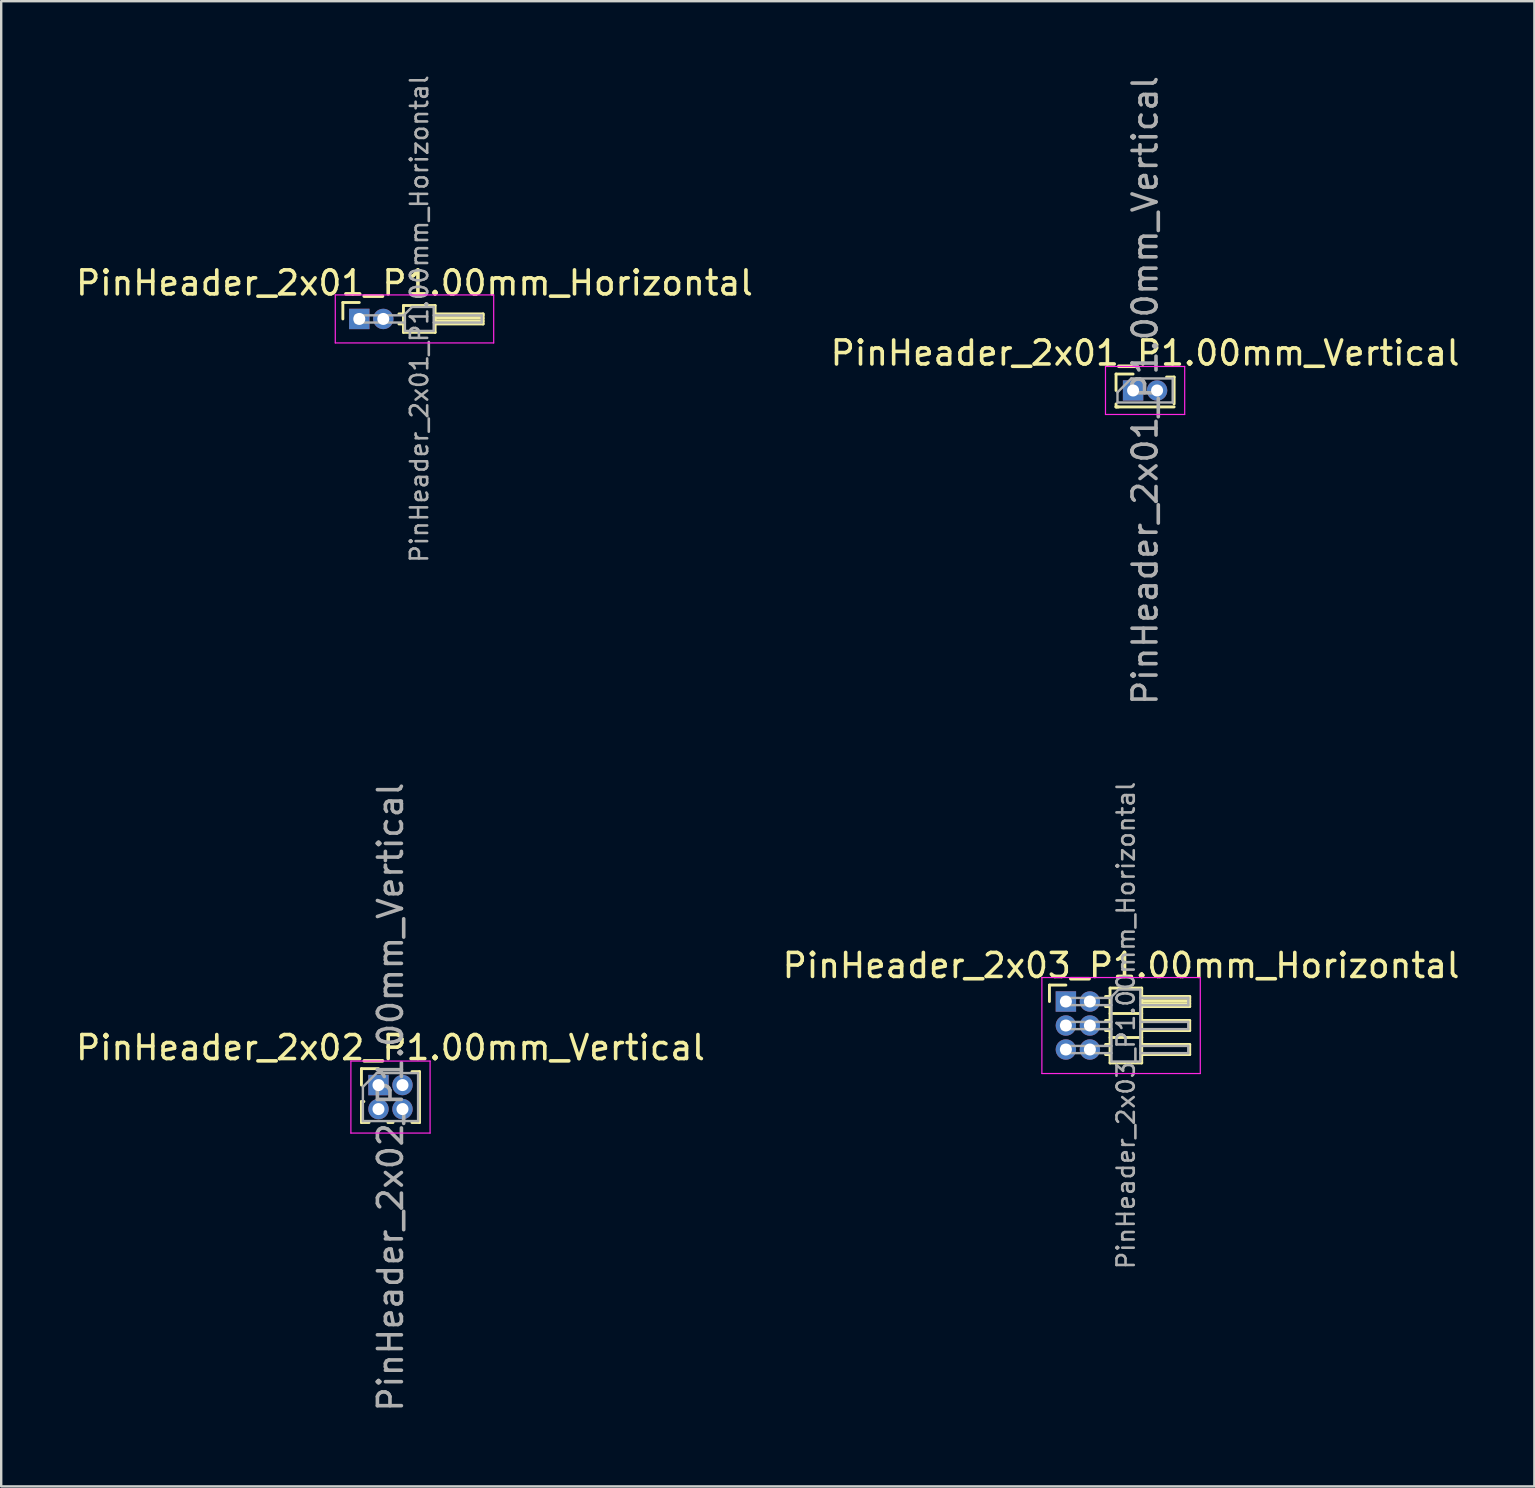
<source format=kicad_pcb>
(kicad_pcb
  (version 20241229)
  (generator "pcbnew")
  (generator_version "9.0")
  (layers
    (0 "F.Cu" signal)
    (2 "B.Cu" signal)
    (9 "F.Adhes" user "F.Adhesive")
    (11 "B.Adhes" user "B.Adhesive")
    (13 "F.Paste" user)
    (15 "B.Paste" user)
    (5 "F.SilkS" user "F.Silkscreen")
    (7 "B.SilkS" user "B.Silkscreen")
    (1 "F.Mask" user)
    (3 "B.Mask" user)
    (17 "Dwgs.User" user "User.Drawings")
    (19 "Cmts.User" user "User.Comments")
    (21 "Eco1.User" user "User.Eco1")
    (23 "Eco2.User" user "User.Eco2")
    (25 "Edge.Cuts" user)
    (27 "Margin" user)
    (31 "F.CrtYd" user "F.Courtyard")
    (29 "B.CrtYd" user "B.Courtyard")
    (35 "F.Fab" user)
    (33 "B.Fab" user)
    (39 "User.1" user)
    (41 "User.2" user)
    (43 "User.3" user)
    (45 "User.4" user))
  (footprint "PinHeader_2x02_P1.00mm_Vertical"
    (layer "F.Cu")
    (at 12.72 42.161)
    (property "Reference" "PinHeader_2x02_P1.00mm_Vertical" (at 0.5 -1.56 0) (layer "F.SilkS") (effects (font (size 1 1) (thickness 0.15))))
    (attr through_hole)
    (fp_line (start -0.71 -0.685) (end 0 -0.685) (stroke (width 0.12) (type solid)) (layer "F.SilkS"))
    (fp_line (start -0.71 0) (end -0.71 -0.685) (stroke (width 0.12) (type solid)) (layer "F.SilkS"))
    (fp_line (start -0.71 0.685) (end -0.71 1.56) (stroke (width 0.12) (type solid)) (layer "F.SilkS"))
    (fp_line (start -0.71 0.685) (end -0.608 0.685) (stroke (width 0.12) (type solid)) (layer "F.SilkS"))
    (fp_line (start -0.71 1.56) (end -0.394 1.56) (stroke (width 0.12) (type solid)) (layer "F.SilkS"))
    (fp_line (start 0.394 1.56) (end 0.606 1.56) (stroke (width 0.12) (type solid)) (layer "F.SilkS"))
    (fp_line (start 1.394 -0.56) (end 1.71 -0.56) (stroke (width 0.12) (type solid)) (layer "F.SilkS"))
    (fp_line (start 1.394 1.56) (end 1.71 1.56) (stroke (width 0.12) (type solid)) (layer "F.SilkS"))
    (fp_line (start 1.71 -0.56) (end 1.71 1.56) (stroke (width 0.12) (type solid)) (layer "F.SilkS"))
    (fp_line (start -1.15 -1) (end -1.15 2) (stroke (width 0.05) (type solid)) (layer "F.CrtYd"))
    (fp_line (start -1.15 2) (end 2.15 2) (stroke (width 0.05) (type solid)) (layer "F.CrtYd"))
    (fp_line (start 2.15 -1) (end -1.15 -1) (stroke (width 0.05) (type solid)) (layer "F.CrtYd"))
    (fp_line (start 2.15 2) (end 2.15 -1) (stroke (width 0.05) (type solid)) (layer "F.CrtYd"))
    (fp_line (start -0.65 0.075) (end -0.075 -0.5) (stroke (width 0.1) (type solid)) (layer "F.Fab"))
    (fp_line (start -0.65 1.5) (end -0.65 0.075) (stroke (width 0.1) (type solid)) (layer "F.Fab"))
    (fp_line (start -0.075 -0.5) (end 1.65 -0.5) (stroke (width 0.1) (type solid)) (layer "F.Fab"))
    (fp_line (start 1.65 -0.5) (end 1.65 1.5) (stroke (width 0.1) (type solid)) (layer "F.Fab"))
    (fp_line (start 1.65 1.5) (end -0.65 1.5) (stroke (width 0.1) (type solid)) (layer "F.Fab"))
    (fp_text user "${REFERENCE}" (at 0.5 0.5 90) (layer "F.Fab") (effects (font (size 1 1) (thickness 0.15))))
    (pad "1" thru_hole rect (at 0 0) (size 0.85 0.85) (drill 0.5) (layers "*.Cu" "*.Mask"))
    (pad "2" thru_hole oval (at 1 0) (size 0.85 0.85) (drill 0.5) (layers "*.Cu" "*.Mask"))
    (pad "3" thru_hole oval (at 0 1) (size 0.85 0.85) (drill 0.5) (layers "*.Cu" "*.Mask"))
    (pad "4" thru_hole oval (at 1 1) (size 0.85 0.85) (drill 0.5) (layers "*.Cu" "*.Mask")))
  (footprint "PinHeader_2x03_P1.00mm_Horizontal"
    (layer "F.Cu")
    (at 41.361 38.679)
    (property "Reference" "PinHeader_2x03_P1.00mm_Horizontal" (at 2.3 -1.5 0) (layer "F.SilkS") (effects (font (size 1 1) (thickness 0.15))))
    (attr through_hole)
    (fp_line (start -0.685 -0.685) (end 0 -0.685) (stroke (width 0.12) (type solid)) (layer "F.SilkS"))
    (fp_line (start -0.685 0) (end -0.685 -0.685) (stroke (width 0.12) (type solid)) (layer "F.SilkS"))
    (fp_line (start 1.652 -0.21) (end 1.84 -0.21) (stroke (width 0.12) (type solid)) (layer "F.SilkS"))
    (fp_line (start 1.652 0.21) (end 1.84 0.21) (stroke (width 0.12) (type solid)) (layer "F.SilkS"))
    (fp_line (start 1.652 0.79) (end 1.84 0.79) (stroke (width 0.12) (type solid)) (layer "F.SilkS"))
    (fp_line (start 1.652 1.21) (end 1.84 1.21) (stroke (width 0.12) (type solid)) (layer "F.SilkS"))
    (fp_line (start 1.652 1.79) (end 1.84 1.79) (stroke (width 0.12) (type solid)) (layer "F.SilkS"))
    (fp_line (start 1.652 2.21) (end 1.84 2.21) (stroke (width 0.12) (type solid)) (layer "F.SilkS"))
    (fp_line (start 1.84 -0.56) (end 1.84 2.56) (stroke (width 0.12) (type solid)) (layer "F.SilkS"))
    (fp_line (start 1.84 0.5) (end 3.16 0.5) (stroke (width 0.12) (type solid)) (layer "F.SilkS"))
    (fp_line (start 1.84 1.5) (end 3.16 1.5) (stroke (width 0.12) (type solid)) (layer "F.SilkS"))
    (fp_line (start 1.84 2.56) (end 3.16 2.56) (stroke (width 0.12) (type solid)) (layer "F.SilkS"))
    (fp_line (start 3.16 -0.56) (end 1.84 -0.56) (stroke (width 0.12) (type solid)) (layer "F.SilkS"))
    (fp_line (start 3.16 -0.21) (end 5.16 -0.21) (stroke (width 0.12) (type solid)) (layer "F.SilkS"))
    (fp_line (start 3.16 -0.15) (end 5.16 -0.15) (stroke (width 0.12) (type solid)) (layer "F.SilkS"))
    (fp_line (start 3.16 -0.03) (end 5.16 -0.03) (stroke (width 0.12) (type solid)) (layer "F.SilkS"))
    (fp_line (start 3.16 0.09) (end 5.16 0.09) (stroke (width 0.12) (type solid)) (layer "F.SilkS"))
    (fp_line (start 3.16 0.79) (end 5.16 0.79) (stroke (width 0.12) (type solid)) (layer "F.SilkS"))
    (fp_line (start 3.16 1.79) (end 5.16 1.79) (stroke (width 0.12) (type solid)) (layer "F.SilkS"))
    (fp_line (start 3.16 2.56) (end 3.16 -0.56) (stroke (width 0.12) (type solid)) (layer "F.SilkS"))
    (fp_line (start 5.16 -0.21) (end 5.16 0.21) (stroke (width 0.12) (type solid)) (layer "F.SilkS"))
    (fp_line (start 5.16 0.21) (end 3.16 0.21) (stroke (width 0.12) (type solid)) (layer "F.SilkS"))
    (fp_line (start 5.16 0.79) (end 5.16 1.21) (stroke (width 0.12) (type solid)) (layer "F.SilkS"))
    (fp_line (start 5.16 1.21) (end 3.16 1.21) (stroke (width 0.12) (type solid)) (layer "F.SilkS"))
    (fp_line (start 5.16 1.79) (end 5.16 2.21) (stroke (width 0.12) (type solid)) (layer "F.SilkS"))
    (fp_line (start 5.16 2.21) (end 3.16 2.21) (stroke (width 0.12) (type solid)) (layer "F.SilkS"))
    (fp_line (start -1 -1) (end -1 3) (stroke (width 0.05) (type solid)) (layer "F.CrtYd"))
    (fp_line (start -1 3) (end 5.6 3) (stroke (width 0.05) (type solid)) (layer "F.CrtYd"))
    (fp_line (start 5.6 -1) (end -1 -1) (stroke (width 0.05) (type solid)) (layer "F.CrtYd"))
    (fp_line (start 5.6 3) (end 5.6 -1) (stroke (width 0.05) (type solid)) (layer "F.CrtYd"))
    (fp_line (start -0.15 -0.15) (end -0.15 0.15) (stroke (width 0.1) (type solid)) (layer "F.Fab"))
    (fp_line (start -0.15 -0.15) (end 1.9 -0.15) (stroke (width 0.1) (type solid)) (layer "F.Fab"))
    (fp_line (start -0.15 0.15) (end 1.9 0.15) (stroke (width 0.1) (type solid)) (layer "F.Fab"))
    (fp_line (start -0.15 0.85) (end -0.15 1.15) (stroke (width 0.1) (type solid)) (layer "F.Fab"))
    (fp_line (start -0.15 0.85) (end 1.9 0.85) (stroke (width 0.1) (type solid)) (layer "F.Fab"))
    (fp_line (start -0.15 1.15) (end 1.9 1.15) (stroke (width 0.1) (type solid)) (layer "F.Fab"))
    (fp_line (start -0.15 1.85) (end -0.15 2.15) (stroke (width 0.1) (type solid)) (layer "F.Fab"))
    (fp_line (start -0.15 1.85) (end 1.9 1.85) (stroke (width 0.1) (type solid)) (layer "F.Fab"))
    (fp_line (start -0.15 2.15) (end 1.9 2.15) (stroke (width 0.1) (type solid)) (layer "F.Fab"))
    (fp_line (start 1.9 -0.2) (end 2.2 -0.5) (stroke (width 0.1) (type solid)) (layer "F.Fab"))
    (fp_line (start 1.9 2.5) (end 1.9 -0.2) (stroke (width 0.1) (type solid)) (layer "F.Fab"))
    (fp_line (start 2.2 -0.5) (end 3.1 -0.5) (stroke (width 0.1) (type solid)) (layer "F.Fab"))
    (fp_line (start 3.1 -0.5) (end 3.1 2.5) (stroke (width 0.1) (type solid)) (layer "F.Fab"))
    (fp_line (start 3.1 -0.15) (end 5.1 -0.15) (stroke (width 0.1) (type solid)) (layer "F.Fab"))
    (fp_line (start 3.1 0.15) (end 5.1 0.15) (stroke (width 0.1) (type solid)) (layer "F.Fab"))
    (fp_line (start 3.1 0.85) (end 5.1 0.85) (stroke (width 0.1) (type solid)) (layer "F.Fab"))
    (fp_line (start 3.1 1.15) (end 5.1 1.15) (stroke (width 0.1) (type solid)) (layer "F.Fab"))
    (fp_line (start 3.1 1.85) (end 5.1 1.85) (stroke (width 0.1) (type solid)) (layer "F.Fab"))
    (fp_line (start 3.1 2.15) (end 5.1 2.15) (stroke (width 0.1) (type solid)) (layer "F.Fab"))
    (fp_line (start 3.1 2.5) (end 1.9 2.5) (stroke (width 0.1) (type solid)) (layer "F.Fab"))
    (fp_line (start 5.1 -0.15) (end 5.1 0.15) (stroke (width 0.1) (type solid)) (layer "F.Fab"))
    (fp_line (start 5.1 0.85) (end 5.1 1.15) (stroke (width 0.1) (type solid)) (layer "F.Fab"))
    (fp_line (start 5.1 1.85) (end 5.1 2.15) (stroke (width 0.1) (type solid)) (layer "F.Fab"))
    (fp_text user "${REFERENCE}" (at 2.5 1 90) (layer "F.Fab") (effects (font (size 0.72 0.72) (thickness 0.108))))
    (pad "1" thru_hole rect (at 0 0) (size 0.85 0.85) (drill 0.5) (layers "*.Cu" "*.Mask"))
    (pad "2" thru_hole oval (at 1 0) (size 0.85 0.85) (drill 0.5) (layers "*.Cu" "*.Mask"))
    (pad "3" thru_hole oval (at 0 1) (size 0.85 0.85) (drill 0.5) (layers "*.Cu" "*.Mask"))
    (pad "4" thru_hole oval (at 1 1) (size 0.85 0.85) (drill 0.5) (layers "*.Cu" "*.Mask"))
    (pad "5" thru_hole oval (at 0 2) (size 0.85 0.85) (drill 0.5) (layers "*.Cu" "*.Mask"))
    (pad "6" thru_hole oval (at 1 2) (size 0.85 0.85) (drill 0.5) (layers "*.Cu" "*.Mask")))
  (footprint "PinHeader_2x01_P1.00mm_Vertical"
    (layer "F.Cu")
    (at 44.161 13.22)
    (property "Reference" "PinHeader_2x01_P1.00mm_Vertical" (at 0.5 -1.56 0) (layer "F.SilkS") (effects (font (size 1 1) (thickness 0.15))))
    (attr through_hole)
    (fp_line (start -0.71 -0.685) (end 0 -0.685) (stroke (width 0.12) (type solid)) (layer "F.SilkS"))
    (fp_line (start -0.71 0) (end -0.71 -0.685) (stroke (width 0.12) (type solid)) (layer "F.SilkS"))
    (fp_line (start -0.71 0.685) (end -0.71 0.56) (stroke (width 0.12) (type solid)) (layer "F.SilkS"))
    (fp_line (start -0.71 0.685) (end -0.608 0.685) (stroke (width 0.12) (type solid)) (layer "F.SilkS"))
    (fp_line (start -0.71 0.685) (end 1.71 0.685) (stroke (width 0.12) (type solid)) (layer "F.SilkS"))
    (fp_line (start 1.394 -0.56) (end 1.71 -0.56) (stroke (width 0.12) (type solid)) (layer "F.SilkS"))
    (fp_line (start 1.71 -0.56) (end 1.71 0.56) (stroke (width 0.12) (type solid)) (layer "F.SilkS"))
    (fp_line (start -1.15 -1) (end -1.15 1) (stroke (width 0.05) (type solid)) (layer "F.CrtYd"))
    (fp_line (start -1.15 1) (end 2.15 1) (stroke (width 0.05) (type solid)) (layer "F.CrtYd"))
    (fp_line (start 2.15 -1) (end -1.15 -1) (stroke (width 0.05) (type solid)) (layer "F.CrtYd"))
    (fp_line (start 2.15 1) (end 2.15 -1) (stroke (width 0.05) (type solid)) (layer "F.CrtYd"))
    (fp_line (start -0.65 0.075) (end -0.075 -0.5) (stroke (width 0.1) (type solid)) (layer "F.Fab"))
    (fp_line (start -0.65 0.5) (end -0.65 0.075) (stroke (width 0.1) (type solid)) (layer "F.Fab"))
    (fp_line (start -0.075 -0.5) (end 1.65 -0.5) (stroke (width 0.1) (type solid)) (layer "F.Fab"))
    (fp_line (start 1.65 -0.5) (end 1.65 0.5) (stroke (width 0.1) (type solid)) (layer "F.Fab"))
    (fp_line (start 1.65 0.5) (end -0.65 0.5) (stroke (width 0.1) (type solid)) (layer "F.Fab"))
    (fp_text user "${REFERENCE}" (at 0.5 0 90) (layer "F.Fab") (effects (font (size 1 1) (thickness 0.15))))
    (pad "1" thru_hole rect (at 0 0) (size 0.85 0.85) (drill 0.5) (layers "*.Cu" "*.Mask"))
    (pad "2" thru_hole oval (at 1 0) (size 0.85 0.85) (drill 0.5) (layers "*.Cu" "*.Mask")))
  (footprint "PinHeader_2x01_P1.00mm_Horizontal"
    (layer "F.Cu")
    (at 11.92 10.239)
    (property "Reference" "PinHeader_2x01_P1.00mm_Horizontal" (at 2.3 -1.5 0) (layer "F.SilkS") (effects (font (size 1 1) (thickness 0.15))))
    (attr through_hole)
    (fp_line (start -0.685 -0.685) (end 0 -0.685) (stroke (width 0.12) (type solid)) (layer "F.SilkS"))
    (fp_line (start -0.685 0) (end -0.685 -0.685) (stroke (width 0.12) (type solid)) (layer "F.SilkS"))
    (fp_line (start 1.652 -0.21) (end 1.84 -0.21) (stroke (width 0.12) (type solid)) (layer "F.SilkS"))
    (fp_line (start 1.652 0.21) (end 1.84 0.21) (stroke (width 0.12) (type solid)) (layer "F.SilkS"))
    (fp_line (start 1.84 -0.56) (end 1.84 0.56) (stroke (width 0.12) (type solid)) (layer "F.SilkS"))
    (fp_line (start 1.84 0.56) (end 3.16 0.56) (stroke (width 0.12) (type solid)) (layer "F.SilkS"))
    (fp_line (start 3.16 -0.56) (end 1.84 -0.56) (stroke (width 0.12) (type solid)) (layer "F.SilkS"))
    (fp_line (start 3.16 -0.21) (end 5.16 -0.21) (stroke (width 0.12) (type solid)) (layer "F.SilkS"))
    (fp_line (start 3.16 -0.15) (end 5.16 -0.15) (stroke (width 0.12) (type solid)) (layer "F.SilkS"))
    (fp_line (start 3.16 -0.03) (end 5.16 -0.03) (stroke (width 0.12) (type solid)) (layer "F.SilkS"))
    (fp_line (start 3.16 0.09) (end 5.16 0.09) (stroke (width 0.12) (type solid)) (layer "F.SilkS"))
    (fp_line (start 3.16 0.56) (end 3.16 -0.56) (stroke (width 0.12) (type solid)) (layer "F.SilkS"))
    (fp_line (start 5.16 -0.21) (end 5.16 0.21) (stroke (width 0.12) (type solid)) (layer "F.SilkS"))
    (fp_line (start 5.16 0.21) (end 3.16 0.21) (stroke (width 0.12) (type solid)) (layer "F.SilkS"))
    (fp_line (start -1 -1) (end -1 1) (stroke (width 0.05) (type solid)) (layer "F.CrtYd"))
    (fp_line (start -1 1) (end 5.6 1) (stroke (width 0.05) (type solid)) (layer "F.CrtYd"))
    (fp_line (start 5.6 -1) (end -1 -1) (stroke (width 0.05) (type solid)) (layer "F.CrtYd"))
    (fp_line (start 5.6 1) (end 5.6 -1) (stroke (width 0.05) (type solid)) (layer "F.CrtYd"))
    (fp_line (start -0.15 -0.15) (end -0.15 0.15) (stroke (width 0.1) (type solid)) (layer "F.Fab"))
    (fp_line (start -0.15 -0.15) (end 1.9 -0.15) (stroke (width 0.1) (type solid)) (layer "F.Fab"))
    (fp_line (start -0.15 0.15) (end 1.9 0.15) (stroke (width 0.1) (type solid)) (layer "F.Fab"))
    (fp_line (start 1.9 -0.2) (end 2.2 -0.5) (stroke (width 0.1) (type solid)) (layer "F.Fab"))
    (fp_line (start 1.9 0.5) (end 1.9 -0.2) (stroke (width 0.1) (type solid)) (layer "F.Fab"))
    (fp_line (start 2.2 -0.5) (end 3.1 -0.5) (stroke (width 0.1) (type solid)) (layer "F.Fab"))
    (fp_line (start 3.1 -0.5) (end 3.1 0.5) (stroke (width 0.1) (type solid)) (layer "F.Fab"))
    (fp_line (start 3.1 -0.15) (end 5.1 -0.15) (stroke (width 0.1) (type solid)) (layer "F.Fab"))
    (fp_line (start 3.1 0.15) (end 5.1 0.15) (stroke (width 0.1) (type solid)) (layer "F.Fab"))
    (fp_line (start 3.1 0.5) (end 1.9 0.5) (stroke (width 0.1) (type solid)) (layer "F.Fab"))
    (fp_line (start 5.1 -0.15) (end 5.1 0.15) (stroke (width 0.1) (type solid)) (layer "F.Fab"))
    (fp_text user "${REFERENCE}" (at 2.5 0 90) (layer "F.Fab") (effects (font (size 0.72 0.72) (thickness 0.108))))
    (pad "1" thru_hole rect (at 0 0) (size 0.85 0.85) (drill 0.5) (layers "*.Cu" "*.Mask"))
    (pad "2" thru_hole oval (at 1 0) (size 0.85 0.85) (drill 0.5) (layers "*.Cu" "*.Mask")))
  (gr_rect
    (start -3 -3)
    (end 60.881 58.881)
    (stroke (width 0.1) (type default))
    (fill no)
    (layer "Edge.Cuts")))
</source>
